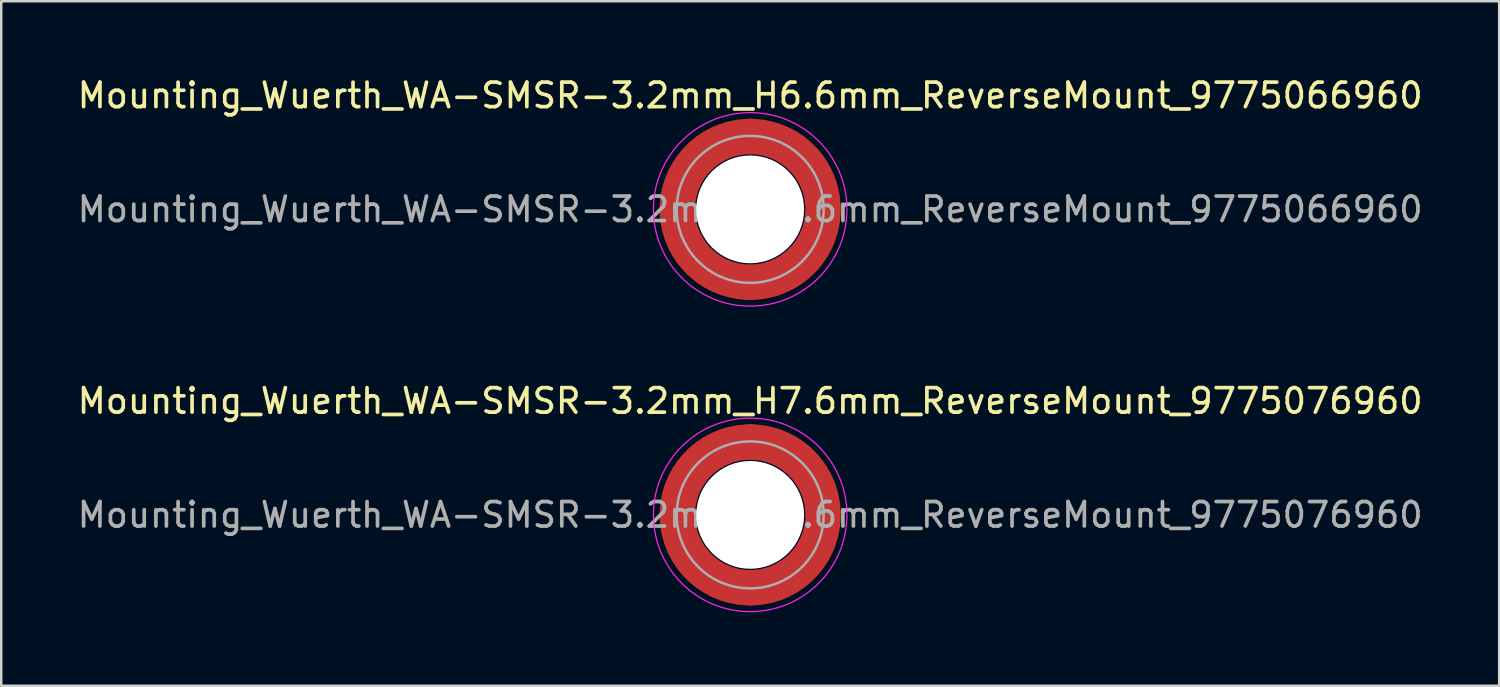
<source format=kicad_pcb>
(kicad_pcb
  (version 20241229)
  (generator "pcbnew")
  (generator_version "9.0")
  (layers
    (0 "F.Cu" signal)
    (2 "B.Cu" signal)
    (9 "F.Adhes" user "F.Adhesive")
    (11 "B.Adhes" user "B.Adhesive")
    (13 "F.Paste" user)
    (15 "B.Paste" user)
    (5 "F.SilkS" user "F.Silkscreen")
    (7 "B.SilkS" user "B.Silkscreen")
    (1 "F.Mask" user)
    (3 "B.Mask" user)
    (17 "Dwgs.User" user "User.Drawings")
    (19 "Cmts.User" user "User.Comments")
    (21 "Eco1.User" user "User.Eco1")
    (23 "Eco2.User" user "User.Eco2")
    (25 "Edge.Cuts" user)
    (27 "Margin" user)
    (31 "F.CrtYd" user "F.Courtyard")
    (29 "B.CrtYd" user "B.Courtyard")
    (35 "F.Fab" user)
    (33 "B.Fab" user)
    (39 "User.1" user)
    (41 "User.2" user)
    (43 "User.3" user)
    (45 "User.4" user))
  (footprint "Mounting_Wuerth_WA-SMSR-3.2mm_H7.6mm_ReverseMount_9775076960"
    (layer "F.Cu")
    (at 27.577 17.971)
    (property "Reference" "Mounting_Wuerth_WA-SMSR-3.2mm_H7.6mm_ReverseMount_9775076960" (at 0 -4.65 0) (layer "F.SilkS") (effects (font (size 1 1) (thickness 0.15))))
    (attr smd)
    (fp_circle (center 0 0) (end 3.95 0) (stroke (width 0.05) (type solid)) (fill no) (layer "F.CrtYd"))
    (fp_circle (center 0 0) (end 3 0) (stroke (width 0.1) (type solid)) (fill no) (layer "F.Fab"))
    (fp_text user "${REFERENCE}" (at 0 0 0) (layer "F.Fab") (effects (font (size 1 1) (thickness 0.15))))
    (pad "" smd custom (at -2.095 -2.095) (size 0.672 0.672) (layers "F.Paste") (options (anchor circle)) (primitives (gr_arc (start -0.24231 1.594804) (mid 0.404819 0.404819) (end 1.594804 -0.24231) (width 0.2)) (gr_arc (start -0.3398 1.594804) (mid 0.337349 0.337349) (end 1.594804 -0.3398) (width 0.2)) (gr_arc (start -0.437132 1.594804) (mid 0.269879 0.269879) (end 1.594804 -0.437132) (width 0.2)) (gr_arc (start -0.534324 1.594804) (mid 0.202409 0.202409) (end 1.594804 -0.534324) (width 0.2)) (gr_arc (start -0.631391 1.594804) (mid 0.134939 0.134939) (end 1.594804 -0.631391) (width 0.2)) (gr_arc (start -0.728345 1.594804) (mid 0.06747 0.06747) (end 1.594804 -0.728345) (width 0.2)) (gr_arc (start -0.825197 1.594804) (mid 0 0) (end 1.594804 -0.825197) (width 0.2)) (gr_arc (start -0.921958 1.594804) (mid -0.067469 -0.067469) (end 1.594804 -0.921958) (width 0.2)) (gr_arc (start -1.018637 1.594804) (mid -0.13494 -0.13494) (end 1.594804 -1.018637) (width 0.2)) (gr_arc (start -1.115239 1.594804) (mid -0.202409 -0.202409) (end 1.594804 -1.115239) (width 0.2)) (gr_arc (start -1.211773 1.594804) (mid -0.269879 -0.269879) (end 1.594804 -1.211773) (width 0.2)) (gr_arc (start -1.308244 1.594804) (mid -0.337349 -0.337349) (end 1.594804 -1.308244) (width 0.2)) (gr_arc (start -1.404657 1.594804) (mid -0.404819 -0.404819) (end 1.594804 -1.404657) (width 0.2)) (gr_arc (start -1.404657 1.594804) (mid -0.404819 -0.404819) (end 1.594804 -1.404657) (width 0.2)) (gr_line (start 1.595 -0.242) (end 1.595 -1.405) (width 0.2)) (gr_line (start -0.242 1.595) (end -1.405 1.595) (width 0.2))))
    (pad "" smd custom (at -2.095 2.095) (size 0.672 0.672) (layers "F.Paste") (options (anchor circle)) (primitives (gr_arc (start 1.594804 0.24231) (mid 0.404819 -0.404819) (end -0.24231 -1.594804) (width 0.2)) (gr_arc (start 1.594804 0.3398) (mid 0.337349 -0.337349) (end -0.3398 -1.594804) (width 0.2)) (gr_arc (start 1.594804 0.437132) (mid 0.269879 -0.269879) (end -0.437132 -1.594804) (width 0.2)) (gr_arc (start 1.594804 0.534324) (mid 0.202409 -0.202409) (end -0.534324 -1.594804) (width 0.2)) (gr_arc (start 1.594804 0.631391) (mid 0.134939 -0.134939) (end -0.631391 -1.594804) (width 0.2)) (gr_arc (start 1.594804 0.728345) (mid 0.06747 -0.06747) (end -0.728345 -1.594804) (width 0.2)) (gr_arc (start 1.594804 0.825197) (mid 0 0) (end -0.825197 -1.594804) (width 0.2)) (gr_arc (start 1.594804 0.921958) (mid -0.067469 0.067469) (end -0.921958 -1.594804) (width 0.2)) (gr_arc (start 1.594804 1.018637) (mid -0.13494 0.13494) (end -1.018637 -1.594804) (width 0.2)) (gr_arc (start 1.594804 1.115239) (mid -0.202409 0.202409) (end -1.115239 -1.594804) (width 0.2)) (gr_arc (start 1.594804 1.211773) (mid -0.269879 0.269879) (end -1.211773 -1.594804) (width 0.2)) (gr_arc (start 1.594804 1.308244) (mid -0.337349 0.337349) (end -1.308244 -1.594804) (width 0.2)) (gr_arc (start 1.594804 1.404657) (mid -0.404819 0.404819) (end -1.404657 -1.594804) (width 0.2)) (gr_arc (start 1.594804 1.404657) (mid -0.404819 0.404819) (end -1.404657 -1.594804) (width 0.2)) (gr_line (start -0.242 -1.595) (end -1.405 -1.595) (width 0.2)) (gr_line (start 1.595 0.242) (end 1.595 1.405) (width 0.2))))
    (pad "" np_thru_hole circle (at 0 0) (size 4.4 4.4) (drill 4.4) (layers "*.Cu" "*.Mask"))
    (pad "" smd custom (at 2.095 -2.095) (size 0.672 0.672) (layers "F.Paste") (options (anchor circle)) (primitives (gr_arc (start -1.594804 -0.24231) (mid -0.404819 0.404819) (end 0.24231 1.594804) (width 0.2)) (gr_arc (start -1.594804 -0.3398) (mid -0.337349 0.337349) (end 0.3398 1.594804) (width 0.2)) (gr_arc (start -1.594804 -0.437132) (mid -0.269879 0.269879) (end 0.437132 1.594804) (width 0.2)) (gr_arc (start -1.594804 -0.534324) (mid -0.202409 0.202409) (end 0.534324 1.594804) (width 0.2)) (gr_arc (start -1.594804 -0.631391) (mid -0.134939 0.134939) (end 0.631391 1.594804) (width 0.2)) (gr_arc (start -1.594804 -0.728345) (mid -0.06747 0.06747) (end 0.728345 1.594804) (width 0.2)) (gr_arc (start -1.594804 -0.825197) (mid 0 0) (end 0.825197 1.594804) (width 0.2)) (gr_arc (start -1.594804 -0.921958) (mid 0.067469 -0.067469) (end 0.921958 1.594804) (width 0.2)) (gr_arc (start -1.594804 -1.018637) (mid 0.13494 -0.13494) (end 1.018637 1.594804) (width 0.2)) (gr_arc (start -1.594804 -1.115239) (mid 0.202409 -0.202409) (end 1.115239 1.594804) (width 0.2)) (gr_arc (start -1.594804 -1.211773) (mid 0.269879 -0.269879) (end 1.211773 1.594804) (width 0.2)) (gr_arc (start -1.594804 -1.308244) (mid 0.337349 -0.337349) (end 1.308244 1.594804) (width 0.2)) (gr_arc (start -1.594804 -1.404657) (mid 0.404819 -0.404819) (end 1.404657 1.594804) (width 0.2)) (gr_arc (start -1.594804 -1.404657) (mid 0.404819 -0.404819) (end 1.404657 1.594804) (width 0.2)) (gr_line (start 0.242 1.595) (end 1.405 1.595) (width 0.2)) (gr_line (start -1.595 -0.242) (end -1.595 -1.405) (width 0.2))))
    (pad "" smd custom (at 2.095 2.095) (size 0.672 0.672) (layers "F.Paste") (options (anchor circle)) (primitives (gr_arc (start 0.24231 -1.594804) (mid -0.404819 -0.404819) (end -1.594804 0.24231) (width 0.2)) (gr_arc (start 0.3398 -1.594804) (mid -0.337349 -0.337349) (end -1.594804 0.3398) (width 0.2)) (gr_arc (start 0.437132 -1.594804) (mid -0.269879 -0.269879) (end -1.594804 0.437132) (width 0.2)) (gr_arc (start 0.534324 -1.594804) (mid -0.202409 -0.202409) (end -1.594804 0.534324) (width 0.2)) (gr_arc (start 0.631391 -1.594804) (mid -0.134939 -0.134939) (end -1.594804 0.631391) (width 0.2)) (gr_arc (start 0.728345 -1.594804) (mid -0.06747 -0.06747) (end -1.594804 0.728345) (width 0.2)) (gr_arc (start 0.825197 -1.594804) (mid 0 0) (end -1.594804 0.825197) (width 0.2)) (gr_arc (start 0.921958 -1.594804) (mid 0.067469 0.067469) (end -1.594804 0.921958) (width 0.2)) (gr_arc (start 1.018637 -1.594804) (mid 0.13494 0.13494) (end -1.594804 1.018637) (width 0.2)) (gr_arc (start 1.115239 -1.594804) (mid 0.202409 0.202409) (end -1.594804 1.115239) (width 0.2)) (gr_arc (start 1.211773 -1.594804) (mid 0.269879 0.269879) (end -1.594804 1.211773) (width 0.2)) (gr_arc (start 1.308244 -1.594804) (mid 0.337349 0.337349) (end -1.594804 1.308244) (width 0.2)) (gr_arc (start 1.404657 -1.594804) (mid 0.404819 0.404819) (end -1.594804 1.404657) (width 0.2)) (gr_arc (start 1.404657 -1.594804) (mid 0.404819 0.404819) (end -1.594804 1.404657) (width 0.2)) (gr_line (start -1.595 0.242) (end -1.595 1.405) (width 0.2)) (gr_line (start 0.242 -1.595) (end 1.405 -1.595) (width 0.2))))
    (pad "1" smd circle (at -2.975 0) (size 1.45 1.45) (layers "F.Cu"))
    (pad "1" smd circle (at 0 -2.975) (size 1.45 1.45) (layers "F.Cu"))
    (pad "1" smd circle (at 0 2.975) (size 1.45 1.45) (layers "F.Cu"))
    (pad "1" smd custom (at 2.975 0) (size 1.45 1.45) (layers "F.Cu" "F.Mask") (options (anchor circle)) (primitives (gr_circle (center -2.975 0) (end 0 0) (width 1.45) (fill no)))))
  (footprint "Mounting_Wuerth_WA-SMSR-3.2mm_H6.6mm_ReverseMount_9775066960"
    (layer "F.Cu")
    (at 27.577 5.498)
    (property "Reference" "Mounting_Wuerth_WA-SMSR-3.2mm_H6.6mm_ReverseMount_9775066960" (at 0 -4.65 0) (layer "F.SilkS") (effects (font (size 1 1) (thickness 0.15))))
    (attr smd)
    (fp_circle (center 0 0) (end 3.95 0) (stroke (width 0.05) (type solid)) (fill no) (layer "F.CrtYd"))
    (fp_circle (center 0 0) (end 3 0) (stroke (width 0.1) (type solid)) (fill no) (layer "F.Fab"))
    (fp_text user "${REFERENCE}" (at 0 0 0) (layer "F.Fab") (effects (font (size 1 1) (thickness 0.15))))
    (pad "" smd custom (at -2.095 -2.095) (size 0.672 0.672) (layers "F.Paste") (options (anchor circle)) (primitives (gr_arc (start -0.24231 1.594804) (mid 0.404819 0.404819) (end 1.594804 -0.24231) (width 0.2)) (gr_arc (start -0.3398 1.594804) (mid 0.337349 0.337349) (end 1.594804 -0.3398) (width 0.2)) (gr_arc (start -0.437132 1.594804) (mid 0.269879 0.269879) (end 1.594804 -0.437132) (width 0.2)) (gr_arc (start -0.534324 1.594804) (mid 0.202409 0.202409) (end 1.594804 -0.534324) (width 0.2)) (gr_arc (start -0.631391 1.594804) (mid 0.134939 0.134939) (end 1.594804 -0.631391) (width 0.2)) (gr_arc (start -0.728345 1.594804) (mid 0.06747 0.06747) (end 1.594804 -0.728345) (width 0.2)) (gr_arc (start -0.825197 1.594804) (mid 0 0) (end 1.594804 -0.825197) (width 0.2)) (gr_arc (start -0.921958 1.594804) (mid -0.067469 -0.067469) (end 1.594804 -0.921958) (width 0.2)) (gr_arc (start -1.018637 1.594804) (mid -0.13494 -0.13494) (end 1.594804 -1.018637) (width 0.2)) (gr_arc (start -1.115239 1.594804) (mid -0.202409 -0.202409) (end 1.594804 -1.115239) (width 0.2)) (gr_arc (start -1.211773 1.594804) (mid -0.269879 -0.269879) (end 1.594804 -1.211773) (width 0.2)) (gr_arc (start -1.308244 1.594804) (mid -0.337349 -0.337349) (end 1.594804 -1.308244) (width 0.2)) (gr_arc (start -1.404657 1.594804) (mid -0.404819 -0.404819) (end 1.594804 -1.404657) (width 0.2)) (gr_arc (start -1.404657 1.594804) (mid -0.404819 -0.404819) (end 1.594804 -1.404657) (width 0.2)) (gr_line (start 1.595 -0.242) (end 1.595 -1.405) (width 0.2)) (gr_line (start -0.242 1.595) (end -1.405 1.595) (width 0.2))))
    (pad "" smd custom (at -2.095 2.095) (size 0.672 0.672) (layers "F.Paste") (options (anchor circle)) (primitives (gr_arc (start 1.594804 0.24231) (mid 0.404819 -0.404819) (end -0.24231 -1.594804) (width 0.2)) (gr_arc (start 1.594804 0.3398) (mid 0.337349 -0.337349) (end -0.3398 -1.594804) (width 0.2)) (gr_arc (start 1.594804 0.437132) (mid 0.269879 -0.269879) (end -0.437132 -1.594804) (width 0.2)) (gr_arc (start 1.594804 0.534324) (mid 0.202409 -0.202409) (end -0.534324 -1.594804) (width 0.2)) (gr_arc (start 1.594804 0.631391) (mid 0.134939 -0.134939) (end -0.631391 -1.594804) (width 0.2)) (gr_arc (start 1.594804 0.728345) (mid 0.06747 -0.06747) (end -0.728345 -1.594804) (width 0.2)) (gr_arc (start 1.594804 0.825197) (mid 0 0) (end -0.825197 -1.594804) (width 0.2)) (gr_arc (start 1.594804 0.921958) (mid -0.067469 0.067469) (end -0.921958 -1.594804) (width 0.2)) (gr_arc (start 1.594804 1.018637) (mid -0.13494 0.13494) (end -1.018637 -1.594804) (width 0.2)) (gr_arc (start 1.594804 1.115239) (mid -0.202409 0.202409) (end -1.115239 -1.594804) (width 0.2)) (gr_arc (start 1.594804 1.211773) (mid -0.269879 0.269879) (end -1.211773 -1.594804) (width 0.2)) (gr_arc (start 1.594804 1.308244) (mid -0.337349 0.337349) (end -1.308244 -1.594804) (width 0.2)) (gr_arc (start 1.594804 1.404657) (mid -0.404819 0.404819) (end -1.404657 -1.594804) (width 0.2)) (gr_arc (start 1.594804 1.404657) (mid -0.404819 0.404819) (end -1.404657 -1.594804) (width 0.2)) (gr_line (start -0.242 -1.595) (end -1.405 -1.595) (width 0.2)) (gr_line (start 1.595 0.242) (end 1.595 1.405) (width 0.2))))
    (pad "" np_thru_hole circle (at 0 0) (size 4.4 4.4) (drill 4.4) (layers "*.Cu" "*.Mask"))
    (pad "" smd custom (at 2.095 -2.095) (size 0.672 0.672) (layers "F.Paste") (options (anchor circle)) (primitives (gr_arc (start -1.594804 -0.24231) (mid -0.404819 0.404819) (end 0.24231 1.594804) (width 0.2)) (gr_arc (start -1.594804 -0.3398) (mid -0.337349 0.337349) (end 0.3398 1.594804) (width 0.2)) (gr_arc (start -1.594804 -0.437132) (mid -0.269879 0.269879) (end 0.437132 1.594804) (width 0.2)) (gr_arc (start -1.594804 -0.534324) (mid -0.202409 0.202409) (end 0.534324 1.594804) (width 0.2)) (gr_arc (start -1.594804 -0.631391) (mid -0.134939 0.134939) (end 0.631391 1.594804) (width 0.2)) (gr_arc (start -1.594804 -0.728345) (mid -0.06747 0.06747) (end 0.728345 1.594804) (width 0.2)) (gr_arc (start -1.594804 -0.825197) (mid 0 0) (end 0.825197 1.594804) (width 0.2)) (gr_arc (start -1.594804 -0.921958) (mid 0.067469 -0.067469) (end 0.921958 1.594804) (width 0.2)) (gr_arc (start -1.594804 -1.018637) (mid 0.13494 -0.13494) (end 1.018637 1.594804) (width 0.2)) (gr_arc (start -1.594804 -1.115239) (mid 0.202409 -0.202409) (end 1.115239 1.594804) (width 0.2)) (gr_arc (start -1.594804 -1.211773) (mid 0.269879 -0.269879) (end 1.211773 1.594804) (width 0.2)) (gr_arc (start -1.594804 -1.308244) (mid 0.337349 -0.337349) (end 1.308244 1.594804) (width 0.2)) (gr_arc (start -1.594804 -1.404657) (mid 0.404819 -0.404819) (end 1.404657 1.594804) (width 0.2)) (gr_arc (start -1.594804 -1.404657) (mid 0.404819 -0.404819) (end 1.404657 1.594804) (width 0.2)) (gr_line (start 0.242 1.595) (end 1.405 1.595) (width 0.2)) (gr_line (start -1.595 -0.242) (end -1.595 -1.405) (width 0.2))))
    (pad "" smd custom (at 2.095 2.095) (size 0.672 0.672) (layers "F.Paste") (options (anchor circle)) (primitives (gr_arc (start 0.24231 -1.594804) (mid -0.404819 -0.404819) (end -1.594804 0.24231) (width 0.2)) (gr_arc (start 0.3398 -1.594804) (mid -0.337349 -0.337349) (end -1.594804 0.3398) (width 0.2)) (gr_arc (start 0.437132 -1.594804) (mid -0.269879 -0.269879) (end -1.594804 0.437132) (width 0.2)) (gr_arc (start 0.534324 -1.594804) (mid -0.202409 -0.202409) (end -1.594804 0.534324) (width 0.2)) (gr_arc (start 0.631391 -1.594804) (mid -0.134939 -0.134939) (end -1.594804 0.631391) (width 0.2)) (gr_arc (start 0.728345 -1.594804) (mid -0.06747 -0.06747) (end -1.594804 0.728345) (width 0.2)) (gr_arc (start 0.825197 -1.594804) (mid 0 0) (end -1.594804 0.825197) (width 0.2)) (gr_arc (start 0.921958 -1.594804) (mid 0.067469 0.067469) (end -1.594804 0.921958) (width 0.2)) (gr_arc (start 1.018637 -1.594804) (mid 0.13494 0.13494) (end -1.594804 1.018637) (width 0.2)) (gr_arc (start 1.115239 -1.594804) (mid 0.202409 0.202409) (end -1.594804 1.115239) (width 0.2)) (gr_arc (start 1.211773 -1.594804) (mid 0.269879 0.269879) (end -1.594804 1.211773) (width 0.2)) (gr_arc (start 1.308244 -1.594804) (mid 0.337349 0.337349) (end -1.594804 1.308244) (width 0.2)) (gr_arc (start 1.404657 -1.594804) (mid 0.404819 0.404819) (end -1.594804 1.404657) (width 0.2)) (gr_arc (start 1.404657 -1.594804) (mid 0.404819 0.404819) (end -1.594804 1.404657) (width 0.2)) (gr_line (start -1.595 0.242) (end -1.595 1.405) (width 0.2)) (gr_line (start 0.242 -1.595) (end 1.405 -1.595) (width 0.2))))
    (pad "1" smd circle (at -2.975 0) (size 1.45 1.45) (layers "F.Cu"))
    (pad "1" smd circle (at 0 -2.975) (size 1.45 1.45) (layers "F.Cu"))
    (pad "1" smd circle (at 0 2.975) (size 1.45 1.45) (layers "F.Cu"))
    (pad "1" smd custom (at 2.975 0) (size 1.45 1.45) (layers "F.Cu" "F.Mask") (options (anchor circle)) (primitives (gr_circle (center -2.975 0) (end 0 0) (width 1.45) (fill no)))))
  (gr_rect
    (start -3 -3)
    (end 58.155 24.947)
    (stroke (width 0.1) (type default))
    (fill no)
    (layer "Edge.Cuts")))
</source>
